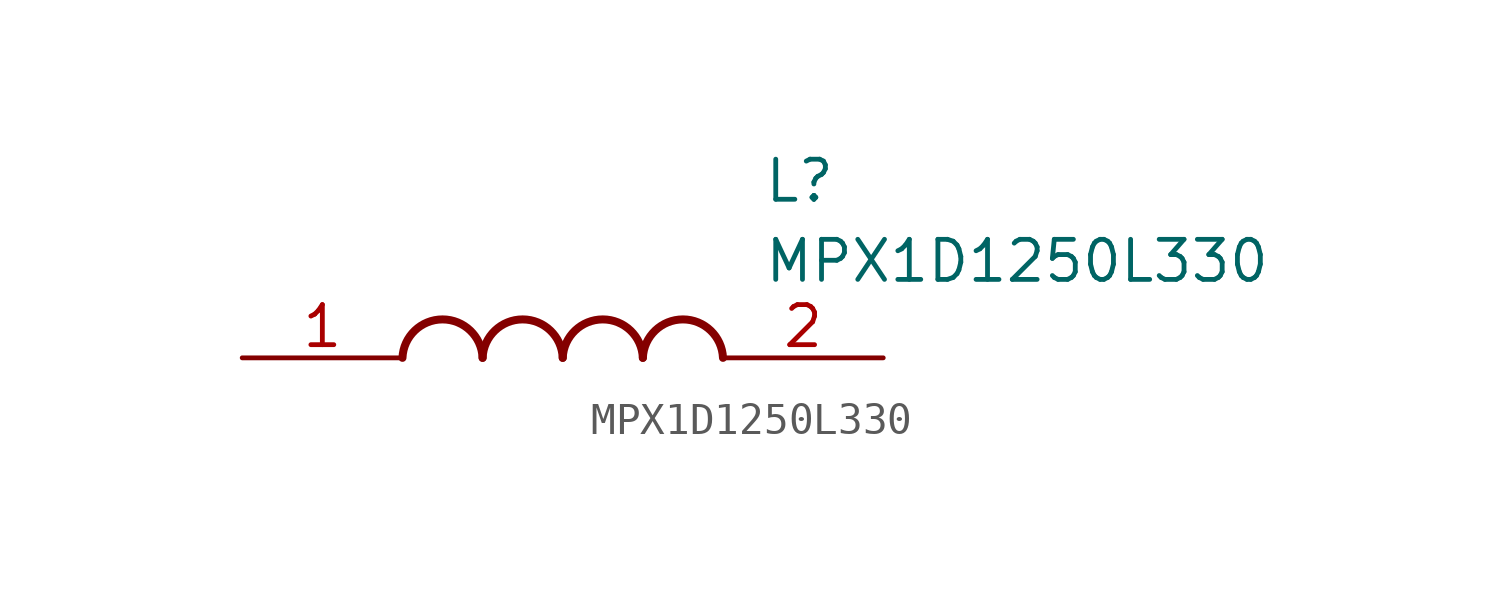
<source format=kicad_sym>
(kicad_symbol_lib
  (version 20241209)
  (generator "kicad_symbol_editor")
  (generator_version "9.0")
  (symbol "MPX1D1250L330"
    (pin_names
      (hide yes))
    (property "Reference" "L"
      (at 16.51 6.35 0)
      (effects (font (size 1.27 1.27)) (justify left top)))
    (property "Value" "MPX1D1250L330"
      (at 16.51 3.81 0)
      (effects (font (size 1.27 1.27)) (justify left top)))
    (symbol "MPX1D1250L330_1_1"
      (arc (start 5.08 0) (mid 6.35 1.219) (end 7.62 0) (stroke (width 0.254) (type default)) (fill (type none)))
      (arc (start 7.62 0) (mid 8.89 1.219) (end 10.16 0) (stroke (width 0.254) (type default)) (fill (type none)))
      (arc (start 10.16 0) (mid 11.43 1.219) (end 12.7 0) (stroke (width 0.254) (type default)) (fill (type none)))
      (arc (start 12.7 0) (mid 13.97 1.219) (end 15.24 0) (stroke (width 0.254) (type default)) (fill (type none)))
      (pin passive line (at 0 0 0) (length 5.08) (name "1" (effects (font (size 1.27 1.27)))) (number "1" (effects (font (size 1.27 1.27)))))
      (pin passive line (at 20.32 0 180) (length 5.08) (name "2" (effects (font (size 1.27 1.27)))) (number "2" (effects (font (size 1.27 1.27))))))))
</source>
